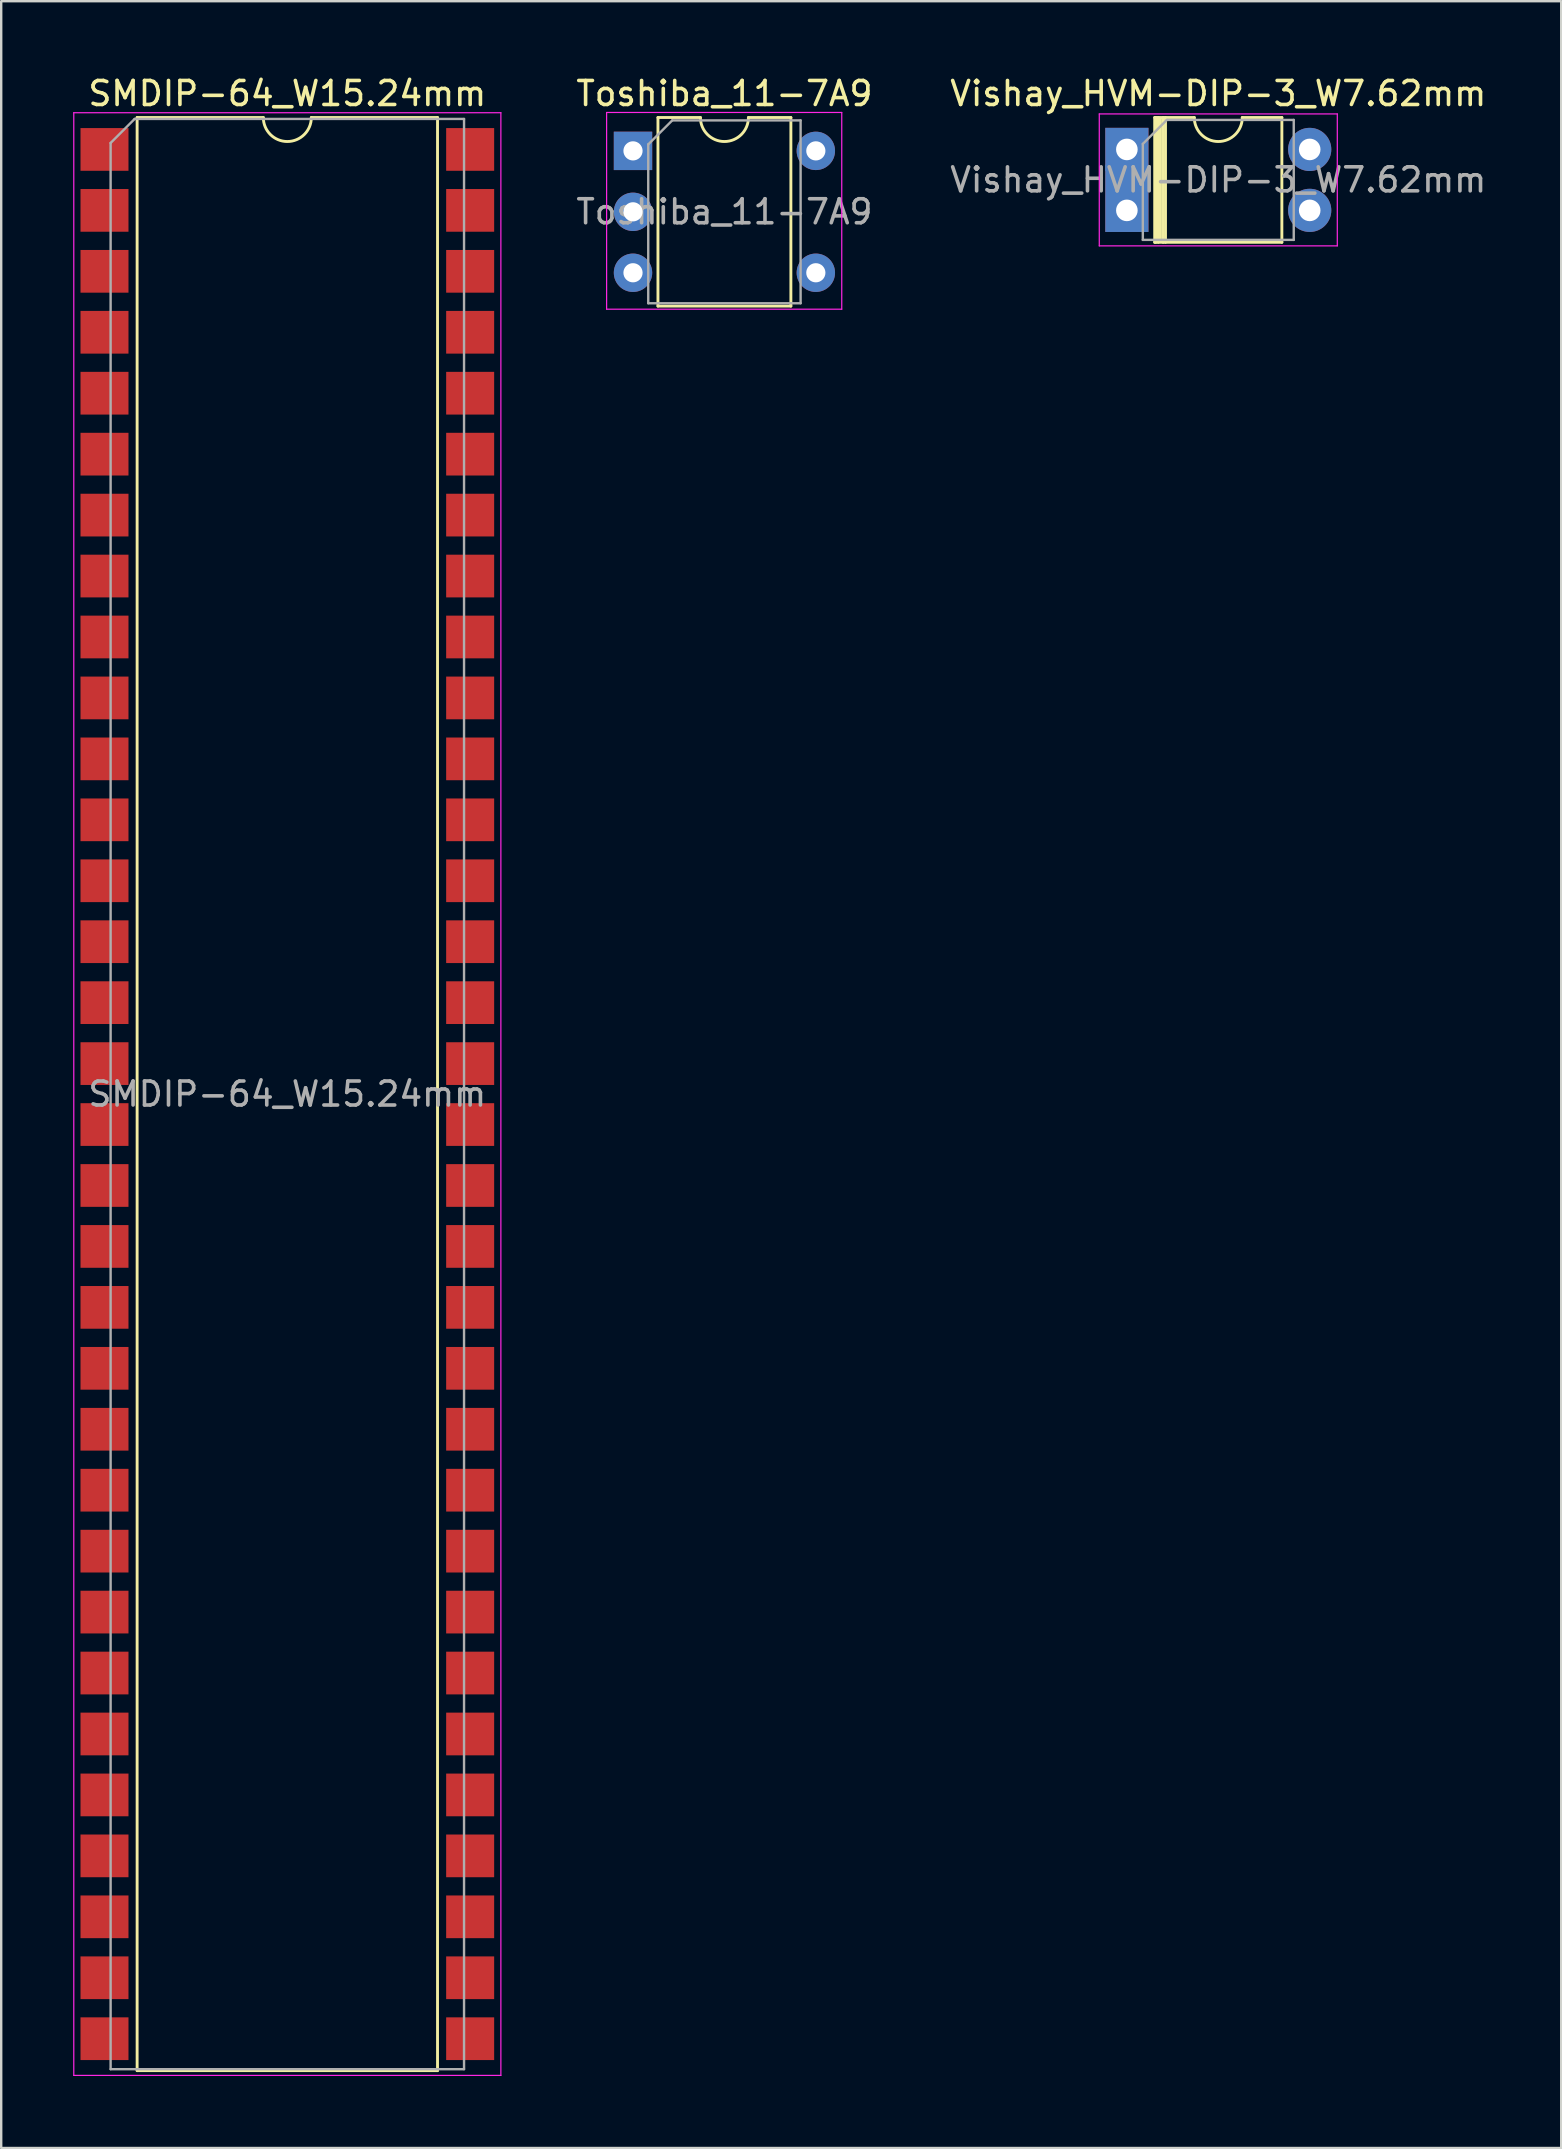
<source format=kicad_pcb>
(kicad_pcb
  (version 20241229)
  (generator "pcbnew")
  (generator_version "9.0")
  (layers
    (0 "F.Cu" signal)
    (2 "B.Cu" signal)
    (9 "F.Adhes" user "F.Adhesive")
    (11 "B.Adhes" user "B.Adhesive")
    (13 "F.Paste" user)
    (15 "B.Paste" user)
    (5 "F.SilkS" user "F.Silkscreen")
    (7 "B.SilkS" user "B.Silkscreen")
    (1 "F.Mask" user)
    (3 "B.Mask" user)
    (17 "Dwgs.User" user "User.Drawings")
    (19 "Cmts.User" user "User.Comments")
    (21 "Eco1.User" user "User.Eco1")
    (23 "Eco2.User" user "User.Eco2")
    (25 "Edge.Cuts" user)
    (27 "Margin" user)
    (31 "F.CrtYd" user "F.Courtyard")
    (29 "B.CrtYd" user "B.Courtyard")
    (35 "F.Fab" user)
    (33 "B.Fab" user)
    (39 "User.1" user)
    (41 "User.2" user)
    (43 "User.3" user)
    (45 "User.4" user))
  (footprint "Toshiba_11-7A9"
    (layer "F.Cu")
    (at 23.332 3.238)
    (property "Reference" "Toshiba_11-7A9" (at 3.81 -2.39 0) (layer "F.SilkS") (effects (font (size 1 1) (thickness 0.15))))
    (attr through_hole)
    (fp_line (start 1.04 -1.39) (end 1.04 6.47) (stroke (width 0.12) (type solid)) (layer "F.SilkS"))
    (fp_line (start 1.04 6.47) (end 6.58 6.47) (stroke (width 0.12) (type solid)) (layer "F.SilkS"))
    (fp_line (start 2.81 -1.39) (end 1.04 -1.39) (stroke (width 0.12) (type solid)) (layer "F.SilkS"))
    (fp_line (start 6.58 -1.39) (end 4.81 -1.39) (stroke (width 0.12) (type solid)) (layer "F.SilkS"))
    (fp_line (start 6.58 6.47) (end 6.58 -1.39) (stroke (width 0.12) (type solid)) (layer "F.SilkS"))
    (fp_arc (start 4.81 -1.39) (mid 3.81 -0.39) (end 2.81 -1.39) (stroke (width 0.12) (type solid)) (layer "F.SilkS"))
    (fp_line (start -1.1 -1.6) (end -1.1 6.6) (stroke (width 0.05) (type solid)) (layer "F.CrtYd"))
    (fp_line (start -1.1 6.6) (end 8.7 6.6) (stroke (width 0.05) (type solid)) (layer "F.CrtYd"))
    (fp_line (start 8.7 -1.6) (end -1.1 -1.6) (stroke (width 0.05) (type solid)) (layer "F.CrtYd"))
    (fp_line (start 8.7 6.6) (end 8.7 -1.6) (stroke (width 0.05) (type solid)) (layer "F.CrtYd"))
    (fp_line (start 0.635 -0.27) (end 1.635 -1.27) (stroke (width 0.1) (type solid)) (layer "F.Fab"))
    (fp_line (start 0.635 6.35) (end 0.635 -0.27) (stroke (width 0.1) (type solid)) (layer "F.Fab"))
    (fp_line (start 1.635 -1.27) (end 6.985 -1.27) (stroke (width 0.1) (type solid)) (layer "F.Fab"))
    (fp_line (start 6.985 -1.27) (end 6.985 6.35) (stroke (width 0.1) (type solid)) (layer "F.Fab"))
    (fp_line (start 6.985 6.35) (end 0.635 6.35) (stroke (width 0.1) (type solid)) (layer "F.Fab"))
    (fp_text user "${REFERENCE}" (at 3.81 2.54 0) (layer "F.Fab") (effects (font (size 1 1) (thickness 0.15))))
    (pad "1" thru_hole rect (at 0 0) (size 1.6 1.6) (drill 0.8) (layers "*.Cu" "*.Mask"))
    (pad "2" thru_hole oval (at 0 2.54) (size 1.6 1.6) (drill 0.8) (layers "*.Cu" "*.Mask"))
    (pad "3" thru_hole oval (at 0 5.08) (size 1.6 1.6) (drill 0.8) (layers "*.Cu" "*.Mask"))
    (pad "4" thru_hole oval (at 7.62 5.08) (size 1.6 1.6) (drill 0.8) (layers "*.Cu" "*.Mask"))
    (pad "6" thru_hole oval (at 7.62 0) (size 1.6 1.6) (drill 0.8) (layers "*.Cu" "*.Mask")))
  (footprint "Vishay_HVM-DIP-3_W7.62mm"
    (layer "F.Cu")
    (at 43.915 3.178)
    (property "Reference" "Vishay_HVM-DIP-3_W7.62mm" (at 3.81 -2.33 0) (layer "F.SilkS") (effects (font (size 1 1) (thickness 0.15))))
    (attr through_hole)
    (fp_line (start 1.16 -1.33) (end 1.16 3.87) (stroke (width 0.12) (type solid)) (layer "F.SilkS"))
    (fp_line (start 1.16 3.87) (end 6.46 3.87) (stroke (width 0.12) (type solid)) (layer "F.SilkS"))
    (fp_line (start 1.21 3.87) (end 1.21 -1.33) (stroke (width 0.12) (type solid)) (layer "F.SilkS"))
    (fp_line (start 1.31 -1.33) (end 1.31 3.87) (stroke (width 0.12) (type solid)) (layer "F.SilkS"))
    (fp_line (start 1.4 -1.3) (end 1.4 3.8) (stroke (width 0.12) (type solid)) (layer "F.SilkS"))
    (fp_line (start 1.51 -1.33) (end 1.51 3.87) (stroke (width 0.12) (type solid)) (layer "F.SilkS"))
    (fp_line (start 1.61 3.87) (end 1.61 -1.33) (stroke (width 0.12) (type solid)) (layer "F.SilkS"))
    (fp_line (start 2.81 -1.33) (end 1.16 -1.33) (stroke (width 0.12) (type solid)) (layer "F.SilkS"))
    (fp_line (start 6.46 -1.33) (end 4.81 -1.33) (stroke (width 0.12) (type solid)) (layer "F.SilkS"))
    (fp_line (start 6.46 3.87) (end 6.46 -1.33) (stroke (width 0.12) (type solid)) (layer "F.SilkS"))
    (fp_arc (start 4.81 -1.33) (mid 3.81 -0.33) (end 2.81 -1.33) (stroke (width 0.12) (type solid)) (layer "F.SilkS"))
    (fp_line (start -1.15 -1.48) (end -1.15 4.02) (stroke (width 0.05) (type solid)) (layer "F.CrtYd"))
    (fp_line (start -1.15 -1.48) (end 8.77 -1.48) (stroke (width 0.05) (type solid)) (layer "F.CrtYd"))
    (fp_line (start 8.77 4.02) (end -1.15 4.02) (stroke (width 0.05) (type solid)) (layer "F.CrtYd"))
    (fp_line (start 8.77 4.02) (end 8.77 -1.48) (stroke (width 0.05) (type solid)) (layer "F.CrtYd"))
    (fp_line (start 0.665 -0.23) (end 1.665 -1.23) (stroke (width 0.1) (type solid)) (layer "F.Fab"))
    (fp_line (start 0.665 3.77) (end 0.665 -0.23) (stroke (width 0.1) (type solid)) (layer "F.Fab"))
    (fp_line (start 1.665 -1.23) (end 6.955 -1.23) (stroke (width 0.1) (type solid)) (layer "F.Fab"))
    (fp_line (start 6.955 -1.23) (end 6.955 3.77) (stroke (width 0.1) (type solid)) (layer "F.Fab"))
    (fp_line (start 6.955 3.77) (end 0.665 3.77) (stroke (width 0.1) (type solid)) (layer "F.Fab"))
    (fp_text user "${REFERENCE}" (at 3.81 1.27 0) (layer "F.Fab") (effects (font (size 1 1) (thickness 0.15))))
    (pad "1" thru_hole rect (at 0 0) (size 1.8 1.8) (drill 0.9) (layers "*.Cu" "*.Mask"))
    (pad "1" thru_hole rect (at 0 2.54) (size 1.8 2.8) (drill 0.9 (offset 0 -0.5)) (layers "*.Cu" "*.Mask"))
    (pad "2" thru_hole oval (at 7.62 2.54) (size 1.8 1.8) (drill 0.9) (layers "*.Cu" "*.Mask"))
    (pad "3" thru_hole oval (at 7.62 0) (size 1.8 1.8) (drill 0.9) (layers "*.Cu" "*.Mask")))
  (footprint "SMDIP-64_W15.24mm"
    (layer "F.Cu")
    (at 8.925 42.548)
    (property "Reference" "SMDIP-64_W15.24mm" (at 0 -41.7 0) (layer "F.SilkS") (effects (font (size 1 1) (thickness 0.15))))
    (attr smd)
    (fp_line (start -6.26 -40.7) (end -6.26 40.7) (stroke (width 0.12) (type solid)) (layer "F.SilkS"))
    (fp_line (start -6.26 40.7) (end 6.26 40.7) (stroke (width 0.12) (type solid)) (layer "F.SilkS"))
    (fp_line (start -1 -40.7) (end -6.26 -40.7) (stroke (width 0.12) (type solid)) (layer "F.SilkS"))
    (fp_line (start 6.26 -40.7) (end 1 -40.7) (stroke (width 0.12) (type solid)) (layer "F.SilkS"))
    (fp_line (start 6.26 40.7) (end 6.26 -40.7) (stroke (width 0.12) (type solid)) (layer "F.SilkS"))
    (fp_arc (start 1 -40.7) (mid 0 -39.7) (end -1 -40.7) (stroke (width 0.12) (type solid)) (layer "F.SilkS"))
    (fp_line (start -8.9 -40.9) (end -8.9 40.9) (stroke (width 0.05) (type solid)) (layer "F.CrtYd"))
    (fp_line (start -8.9 40.9) (end 8.9 40.9) (stroke (width 0.05) (type solid)) (layer "F.CrtYd"))
    (fp_line (start 8.9 -40.9) (end -8.9 -40.9) (stroke (width 0.05) (type solid)) (layer "F.CrtYd"))
    (fp_line (start 8.9 40.9) (end 8.9 -40.9) (stroke (width 0.05) (type solid)) (layer "F.CrtYd"))
    (fp_line (start -7.365 -39.64) (end -6.365 -40.64) (stroke (width 0.1) (type solid)) (layer "F.Fab"))
    (fp_line (start -7.365 40.64) (end -7.365 -39.64) (stroke (width 0.1) (type solid)) (layer "F.Fab"))
    (fp_line (start -6.365 -40.64) (end 7.365 -40.64) (stroke (width 0.1) (type solid)) (layer "F.Fab"))
    (fp_line (start 7.365 -40.64) (end 7.365 40.64) (stroke (width 0.1) (type solid)) (layer "F.Fab"))
    (fp_line (start 7.365 40.64) (end -7.365 40.64) (stroke (width 0.1) (type solid)) (layer "F.Fab"))
    (fp_text user "${REFERENCE}" (at 0 0 0) (layer "F.Fab") (effects (font (size 1 1) (thickness 0.15))))
    (pad "1" smd rect (at -7.62 -39.37) (size 2 1.78) (layers "F.Cu" "F.Mask" "F.Paste"))
    (pad "2" smd rect (at -7.62 -36.83) (size 2 1.78) (layers "F.Cu" "F.Mask" "F.Paste"))
    (pad "3" smd rect (at -7.62 -34.29) (size 2 1.78) (layers "F.Cu" "F.Mask" "F.Paste"))
    (pad "4" smd rect (at -7.62 -31.75) (size 2 1.78) (layers "F.Cu" "F.Mask" "F.Paste"))
    (pad "5" smd rect (at -7.62 -29.21) (size 2 1.78) (layers "F.Cu" "F.Mask" "F.Paste"))
    (pad "6" smd rect (at -7.62 -26.67) (size 2 1.78) (layers "F.Cu" "F.Mask" "F.Paste"))
    (pad "7" smd rect (at -7.62 -24.13) (size 2 1.78) (layers "F.Cu" "F.Mask" "F.Paste"))
    (pad "8" smd rect (at -7.62 -21.59) (size 2 1.78) (layers "F.Cu" "F.Mask" "F.Paste"))
    (pad "9" smd rect (at -7.62 -19.05) (size 2 1.78) (layers "F.Cu" "F.Mask" "F.Paste"))
    (pad "10" smd rect (at -7.62 -16.51) (size 2 1.78) (layers "F.Cu" "F.Mask" "F.Paste"))
    (pad "11" smd rect (at -7.62 -13.97) (size 2 1.78) (layers "F.Cu" "F.Mask" "F.Paste"))
    (pad "12" smd rect (at -7.62 -11.43) (size 2 1.78) (layers "F.Cu" "F.Mask" "F.Paste"))
    (pad "13" smd rect (at -7.62 -8.89) (size 2 1.78) (layers "F.Cu" "F.Mask" "F.Paste"))
    (pad "14" smd rect (at -7.62 -6.35) (size 2 1.78) (layers "F.Cu" "F.Mask" "F.Paste"))
    (pad "15" smd rect (at -7.62 -3.81) (size 2 1.78) (layers "F.Cu" "F.Mask" "F.Paste"))
    (pad "16" smd rect (at -7.62 -1.27) (size 2 1.78) (layers "F.Cu" "F.Mask" "F.Paste"))
    (pad "17" smd rect (at -7.62 1.27) (size 2 1.78) (layers "F.Cu" "F.Mask" "F.Paste"))
    (pad "18" smd rect (at -7.62 3.81) (size 2 1.78) (layers "F.Cu" "F.Mask" "F.Paste"))
    (pad "19" smd rect (at -7.62 6.35) (size 2 1.78) (layers "F.Cu" "F.Mask" "F.Paste"))
    (pad "20" smd rect (at -7.62 8.89) (size 2 1.78) (layers "F.Cu" "F.Mask" "F.Paste"))
    (pad "21" smd rect (at -7.62 11.43) (size 2 1.78) (layers "F.Cu" "F.Mask" "F.Paste"))
    (pad "22" smd rect (at -7.62 13.97) (size 2 1.78) (layers "F.Cu" "F.Mask" "F.Paste"))
    (pad "23" smd rect (at -7.62 16.51) (size 2 1.78) (layers "F.Cu" "F.Mask" "F.Paste"))
    (pad "24" smd rect (at -7.62 19.05) (size 2 1.78) (layers "F.Cu" "F.Mask" "F.Paste"))
    (pad "25" smd rect (at -7.62 21.59) (size 2 1.78) (layers "F.Cu" "F.Mask" "F.Paste"))
    (pad "26" smd rect (at -7.62 24.13) (size 2 1.78) (layers "F.Cu" "F.Mask" "F.Paste"))
    (pad "27" smd rect (at -7.62 26.67) (size 2 1.78) (layers "F.Cu" "F.Mask" "F.Paste"))
    (pad "28" smd rect (at -7.62 29.21) (size 2 1.78) (layers "F.Cu" "F.Mask" "F.Paste"))
    (pad "29" smd rect (at -7.62 31.75) (size 2 1.78) (layers "F.Cu" "F.Mask" "F.Paste"))
    (pad "30" smd rect (at -7.62 34.29) (size 2 1.78) (layers "F.Cu" "F.Mask" "F.Paste"))
    (pad "31" smd rect (at -7.62 36.83) (size 2 1.78) (layers "F.Cu" "F.Mask" "F.Paste"))
    (pad "32" smd rect (at -7.62 39.37) (size 2 1.78) (layers "F.Cu" "F.Mask" "F.Paste"))
    (pad "33" smd rect (at 7.62 39.37) (size 2 1.78) (layers "F.Cu" "F.Mask" "F.Paste"))
    (pad "34" smd rect (at 7.62 36.83) (size 2 1.78) (layers "F.Cu" "F.Mask" "F.Paste"))
    (pad "35" smd rect (at 7.62 34.29) (size 2 1.78) (layers "F.Cu" "F.Mask" "F.Paste"))
    (pad "36" smd rect (at 7.62 31.75) (size 2 1.78) (layers "F.Cu" "F.Mask" "F.Paste"))
    (pad "37" smd rect (at 7.62 29.21) (size 2 1.78) (layers "F.Cu" "F.Mask" "F.Paste"))
    (pad "38" smd rect (at 7.62 26.67) (size 2 1.78) (layers "F.Cu" "F.Mask" "F.Paste"))
    (pad "39" smd rect (at 7.62 24.13) (size 2 1.78) (layers "F.Cu" "F.Mask" "F.Paste"))
    (pad "40" smd rect (at 7.62 21.59) (size 2 1.78) (layers "F.Cu" "F.Mask" "F.Paste"))
    (pad "41" smd rect (at 7.62 19.05) (size 2 1.78) (layers "F.Cu" "F.Mask" "F.Paste"))
    (pad "42" smd rect (at 7.62 16.51) (size 2 1.78) (layers "F.Cu" "F.Mask" "F.Paste"))
    (pad "43" smd rect (at 7.62 13.97) (size 2 1.78) (layers "F.Cu" "F.Mask" "F.Paste"))
    (pad "44" smd rect (at 7.62 11.43) (size 2 1.78) (layers "F.Cu" "F.Mask" "F.Paste"))
    (pad "45" smd rect (at 7.62 8.89) (size 2 1.78) (layers "F.Cu" "F.Mask" "F.Paste"))
    (pad "46" smd rect (at 7.62 6.35) (size 2 1.78) (layers "F.Cu" "F.Mask" "F.Paste"))
    (pad "47" smd rect (at 7.62 3.81) (size 2 1.78) (layers "F.Cu" "F.Mask" "F.Paste"))
    (pad "48" smd rect (at 7.62 1.27) (size 2 1.78) (layers "F.Cu" "F.Mask" "F.Paste"))
    (pad "49" smd rect (at 7.62 -1.27) (size 2 1.78) (layers "F.Cu" "F.Mask" "F.Paste"))
    (pad "50" smd rect (at 7.62 -3.81) (size 2 1.78) (layers "F.Cu" "F.Mask" "F.Paste"))
    (pad "51" smd rect (at 7.62 -6.35) (size 2 1.78) (layers "F.Cu" "F.Mask" "F.Paste"))
    (pad "52" smd rect (at 7.62 -8.89) (size 2 1.78) (layers "F.Cu" "F.Mask" "F.Paste"))
    (pad "53" smd rect (at 7.62 -11.43) (size 2 1.78) (layers "F.Cu" "F.Mask" "F.Paste"))
    (pad "54" smd rect (at 7.62 -13.97) (size 2 1.78) (layers "F.Cu" "F.Mask" "F.Paste"))
    (pad "55" smd rect (at 7.62 -16.51) (size 2 1.78) (layers "F.Cu" "F.Mask" "F.Paste"))
    (pad "56" smd rect (at 7.62 -19.05) (size 2 1.78) (layers "F.Cu" "F.Mask" "F.Paste"))
    (pad "57" smd rect (at 7.62 -21.59) (size 2 1.78) (layers "F.Cu" "F.Mask" "F.Paste"))
    (pad "58" smd rect (at 7.62 -24.13) (size 2 1.78) (layers "F.Cu" "F.Mask" "F.Paste"))
    (pad "59" smd rect (at 7.62 -26.67) (size 2 1.78) (layers "F.Cu" "F.Mask" "F.Paste"))
    (pad "60" smd rect (at 7.62 -29.21) (size 2 1.78) (layers "F.Cu" "F.Mask" "F.Paste"))
    (pad "61" smd rect (at 7.62 -31.75) (size 2 1.78) (layers "F.Cu" "F.Mask" "F.Paste"))
    (pad "62" smd rect (at 7.62 -34.29) (size 2 1.78) (layers "F.Cu" "F.Mask" "F.Paste"))
    (pad "63" smd rect (at 7.62 -36.83) (size 2 1.78) (layers "F.Cu" "F.Mask" "F.Paste"))
    (pad "64" smd rect (at 7.62 -39.37) (size 2 1.78) (layers "F.Cu" "F.Mask" "F.Paste")))
  (gr_rect
    (start -3 -3)
    (end 62.017 86.473)
    (stroke (width 0.1) (type default))
    (fill no)
    (layer "Edge.Cuts")))
</source>
